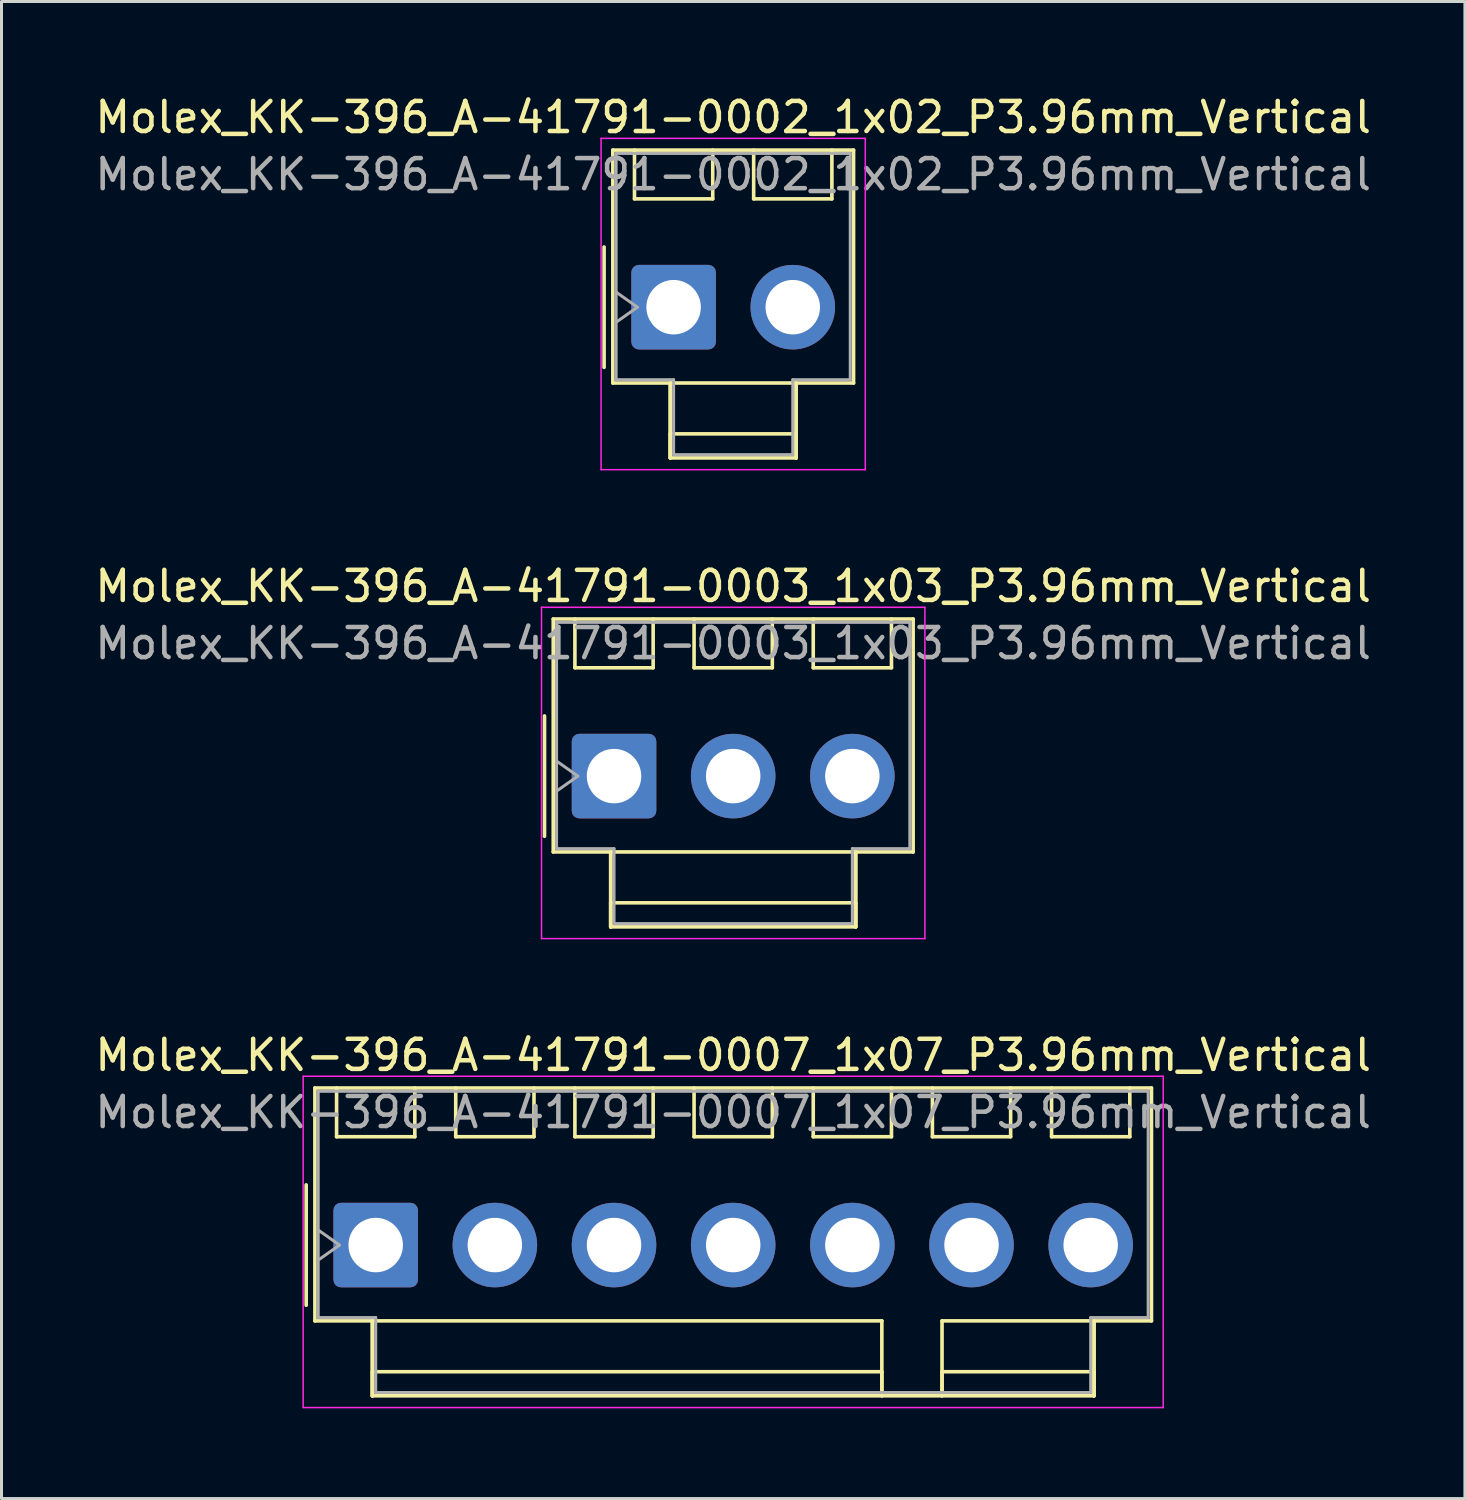
<source format=kicad_pcb>
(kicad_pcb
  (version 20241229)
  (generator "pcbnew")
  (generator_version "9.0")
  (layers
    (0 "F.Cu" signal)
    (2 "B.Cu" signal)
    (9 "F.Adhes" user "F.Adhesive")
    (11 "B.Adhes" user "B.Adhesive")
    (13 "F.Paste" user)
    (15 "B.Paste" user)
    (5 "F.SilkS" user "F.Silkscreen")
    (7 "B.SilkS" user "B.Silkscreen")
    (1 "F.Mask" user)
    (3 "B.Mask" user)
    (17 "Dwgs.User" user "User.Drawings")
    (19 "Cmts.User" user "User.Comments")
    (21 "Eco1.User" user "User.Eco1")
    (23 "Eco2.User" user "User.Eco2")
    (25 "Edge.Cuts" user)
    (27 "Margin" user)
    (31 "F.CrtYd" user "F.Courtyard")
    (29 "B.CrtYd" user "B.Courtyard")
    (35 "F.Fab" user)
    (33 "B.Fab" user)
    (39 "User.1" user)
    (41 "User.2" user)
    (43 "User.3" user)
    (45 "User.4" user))
  (footprint "Molex_KK-396_A-41791-0007_1x07_P3.96mm_Vertical"
    (layer "F.Cu")
    (at 9.435 38.325)
    (property "Reference" "Molex_KK-396_A-41791-0007_1x07_P3.96mm_Vertical" (at 11.88 -6.31 0) (layer "F.SilkS") (effects (font (size 1 1) (thickness 0.15))))
    (attr through_hole)
    (fp_line (start -2.31 -2) (end -2.31 2) (stroke (width 0.12) (type solid)) (layer "F.SilkS"))
    (fp_line (start -2.02 -5.22) (end 25.78 -5.22) (stroke (width 0.12) (type solid)) (layer "F.SilkS"))
    (fp_line (start -2.02 2.52) (end -2.02 -5.22) (stroke (width 0.12) (type solid)) (layer "F.SilkS"))
    (fp_line (start -1.3 -5.22) (end -1.3 -3.6) (stroke (width 0.12) (type solid)) (layer "F.SilkS"))
    (fp_line (start -1.3 -3.6) (end 1.3 -3.6) (stroke (width 0.12) (type solid)) (layer "F.SilkS"))
    (fp_line (start -0.11 2.52) (end -2.02 2.52) (stroke (width 0.12) (type solid)) (layer "F.SilkS"))
    (fp_line (start -0.11 2.52) (end 16.82 2.52) (stroke (width 0.12) (type solid)) (layer "F.SilkS"))
    (fp_line (start -0.11 4.21) (end 16.82 4.21) (stroke (width 0.12) (type solid)) (layer "F.SilkS"))
    (fp_line (start -0.11 5.01) (end -0.11 2.52) (stroke (width 0.12) (type solid)) (layer "F.SilkS"))
    (fp_line (start -0.11 5.01) (end -0.11 2.52) (stroke (width 0.12) (type solid)) (layer "F.SilkS"))
    (fp_line (start -0.11 5.01) (end -0.11 4.21) (stroke (width 0.12) (type solid)) (layer "F.SilkS"))
    (fp_line (start 1.3 -3.6) (end 1.3 -5.22) (stroke (width 0.12) (type solid)) (layer "F.SilkS"))
    (fp_line (start 2.66 -5.22) (end 2.66 -3.6) (stroke (width 0.12) (type solid)) (layer "F.SilkS"))
    (fp_line (start 2.66 -3.6) (end 5.26 -3.6) (stroke (width 0.12) (type solid)) (layer "F.SilkS"))
    (fp_line (start 5.26 -3.6) (end 5.26 -5.22) (stroke (width 0.12) (type solid)) (layer "F.SilkS"))
    (fp_line (start 6.62 -5.22) (end 6.62 -3.6) (stroke (width 0.12) (type solid)) (layer "F.SilkS"))
    (fp_line (start 6.62 -3.6) (end 9.22 -3.6) (stroke (width 0.12) (type solid)) (layer "F.SilkS"))
    (fp_line (start 9.22 -3.6) (end 9.22 -5.22) (stroke (width 0.12) (type solid)) (layer "F.SilkS"))
    (fp_line (start 10.58 -5.22) (end 10.58 -3.6) (stroke (width 0.12) (type solid)) (layer "F.SilkS"))
    (fp_line (start 10.58 -3.6) (end 13.18 -3.6) (stroke (width 0.12) (type solid)) (layer "F.SilkS"))
    (fp_line (start 13.18 -3.6) (end 13.18 -5.22) (stroke (width 0.12) (type solid)) (layer "F.SilkS"))
    (fp_line (start 14.54 -5.22) (end 14.54 -3.6) (stroke (width 0.12) (type solid)) (layer "F.SilkS"))
    (fp_line (start 14.54 -3.6) (end 17.14 -3.6) (stroke (width 0.12) (type solid)) (layer "F.SilkS"))
    (fp_line (start 16.82 2.52) (end 16.82 5.01) (stroke (width 0.12) (type solid)) (layer "F.SilkS"))
    (fp_line (start 16.82 4.21) (end 16.82 5.01) (stroke (width 0.12) (type solid)) (layer "F.SilkS"))
    (fp_line (start 17.14 -3.6) (end 17.14 -5.22) (stroke (width 0.12) (type solid)) (layer "F.SilkS"))
    (fp_line (start 18.5 -5.22) (end 18.5 -3.6) (stroke (width 0.12) (type solid)) (layer "F.SilkS"))
    (fp_line (start 18.5 -3.6) (end 21.1 -3.6) (stroke (width 0.12) (type solid)) (layer "F.SilkS"))
    (fp_line (start 18.82 2.52) (end 18.82 5.01) (stroke (width 0.12) (type solid)) (layer "F.SilkS"))
    (fp_line (start 18.82 4.21) (end 18.82 5.01) (stroke (width 0.12) (type solid)) (layer "F.SilkS"))
    (fp_line (start 21.1 -3.6) (end 21.1 -5.22) (stroke (width 0.12) (type solid)) (layer "F.SilkS"))
    (fp_line (start 22.46 -5.22) (end 22.46 -3.6) (stroke (width 0.12) (type solid)) (layer "F.SilkS"))
    (fp_line (start 22.46 -3.6) (end 25.06 -3.6) (stroke (width 0.12) (type solid)) (layer "F.SilkS"))
    (fp_line (start 23.87 2.52) (end 18.82 2.52) (stroke (width 0.12) (type solid)) (layer "F.SilkS"))
    (fp_line (start 23.87 2.52) (end 23.87 5.01) (stroke (width 0.12) (type solid)) (layer "F.SilkS"))
    (fp_line (start 23.87 4.21) (end 18.82 4.21) (stroke (width 0.12) (type solid)) (layer "F.SilkS"))
    (fp_line (start 23.87 5.01) (end -0.11 5.01) (stroke (width 0.12) (type solid)) (layer "F.SilkS"))
    (fp_line (start 23.87 5.01) (end 23.87 2.52) (stroke (width 0.12) (type solid)) (layer "F.SilkS"))
    (fp_line (start 23.87 5.01) (end 23.87 4.21) (stroke (width 0.12) (type solid)) (layer "F.SilkS"))
    (fp_line (start 25.06 -3.6) (end 25.06 -5.22) (stroke (width 0.12) (type solid)) (layer "F.SilkS"))
    (fp_line (start 25.78 -5.22) (end 25.78 2.52) (stroke (width 0.12) (type solid)) (layer "F.SilkS"))
    (fp_line (start 25.78 2.52) (end 23.87 2.52) (stroke (width 0.12) (type solid)) (layer "F.SilkS"))
    (fp_line (start -2.41 -5.61) (end -2.41 5.4) (stroke (width 0.05) (type solid)) (layer "F.CrtYd"))
    (fp_line (start -2.41 5.4) (end 26.17 5.4) (stroke (width 0.05) (type solid)) (layer "F.CrtYd"))
    (fp_line (start 26.17 -5.61) (end -2.41 -5.61) (stroke (width 0.05) (type solid)) (layer "F.CrtYd"))
    (fp_line (start 26.17 5.4) (end 26.17 -5.61) (stroke (width 0.05) (type solid)) (layer "F.CrtYd"))
    (fp_line (start -1.91 -5.11) (end 25.67 -5.11) (stroke (width 0.1) (type solid)) (layer "F.Fab"))
    (fp_line (start -1.91 -0.5) (end -1.203 0) (stroke (width 0.1) (type solid)) (layer "F.Fab"))
    (fp_line (start -1.91 2.41) (end -1.91 -5.11) (stroke (width 0.1) (type solid)) (layer "F.Fab"))
    (fp_line (start -1.203 0) (end -1.91 0.5) (stroke (width 0.1) (type solid)) (layer "F.Fab"))
    (fp_line (start 0 2.41) (end -1.91 2.41) (stroke (width 0.1) (type solid)) (layer "F.Fab"))
    (fp_line (start 0 4.9) (end 0 2.41) (stroke (width 0.1) (type solid)) (layer "F.Fab"))
    (fp_line (start 23.76 2.41) (end 23.76 4.9) (stroke (width 0.1) (type solid)) (layer "F.Fab"))
    (fp_line (start 23.76 4.9) (end 0 4.9) (stroke (width 0.1) (type solid)) (layer "F.Fab"))
    (fp_line (start 25.67 -5.11) (end 25.67 2.41) (stroke (width 0.1) (type solid)) (layer "F.Fab"))
    (fp_line (start 25.67 2.41) (end 23.76 2.41) (stroke (width 0.1) (type solid)) (layer "F.Fab"))
    (fp_text user "${REFERENCE}" (at 11.88 -4.41 0) (layer "F.Fab") (effects (font (size 1 1) (thickness 0.15))))
    (pad "1" thru_hole roundrect (at 0 0) (size 2.81 2.81) (drill 1.81) (layers "*.Cu" "*.Mask") (roundrect_rratio 0.089))
    (pad "2" thru_hole circle (at 3.96 0) (size 2.81 2.81) (drill 1.81) (layers "*.Cu" "*.Mask"))
    (pad "3" thru_hole circle (at 7.92 0) (size 2.81 2.81) (drill 1.81) (layers "*.Cu" "*.Mask"))
    (pad "4" thru_hole circle (at 11.88 0) (size 2.81 2.81) (drill 1.81) (layers "*.Cu" "*.Mask"))
    (pad "5" thru_hole circle (at 15.84 0) (size 2.81 2.81) (drill 1.81) (layers "*.Cu" "*.Mask"))
    (pad "6" thru_hole circle (at 19.8 0) (size 2.81 2.81) (drill 1.81) (layers "*.Cu" "*.Mask"))
    (pad "7" thru_hole circle (at 23.76 0) (size 2.81 2.81) (drill 1.81) (layers "*.Cu" "*.Mask")))
  (footprint "Molex_KK-396_A-41791-0003_1x03_P3.96mm_Vertical"
    (layer "F.Cu")
    (at 17.355 22.741)
    (property "Reference" "Molex_KK-396_A-41791-0003_1x03_P3.96mm_Vertical" (at 3.96 -6.31 0) (layer "F.SilkS") (effects (font (size 1 1) (thickness 0.15))))
    (attr through_hole)
    (fp_line (start -2.31 -2) (end -2.31 2) (stroke (width 0.12) (type solid)) (layer "F.SilkS"))
    (fp_line (start -2.02 -5.22) (end 9.94 -5.22) (stroke (width 0.12) (type solid)) (layer "F.SilkS"))
    (fp_line (start -2.02 2.52) (end -2.02 -5.22) (stroke (width 0.12) (type solid)) (layer "F.SilkS"))
    (fp_line (start -1.3 -5.22) (end -1.3 -3.6) (stroke (width 0.12) (type solid)) (layer "F.SilkS"))
    (fp_line (start -1.3 -3.6) (end 1.3 -3.6) (stroke (width 0.12) (type solid)) (layer "F.SilkS"))
    (fp_line (start -0.11 2.52) (end -2.02 2.52) (stroke (width 0.12) (type solid)) (layer "F.SilkS"))
    (fp_line (start -0.11 2.52) (end 8.03 2.52) (stroke (width 0.12) (type solid)) (layer "F.SilkS"))
    (fp_line (start -0.11 4.21) (end 8.03 4.21) (stroke (width 0.12) (type solid)) (layer "F.SilkS"))
    (fp_line (start -0.11 5.01) (end -0.11 2.52) (stroke (width 0.12) (type solid)) (layer "F.SilkS"))
    (fp_line (start -0.11 5.01) (end -0.11 2.52) (stroke (width 0.12) (type solid)) (layer "F.SilkS"))
    (fp_line (start -0.11 5.01) (end -0.11 4.21) (stroke (width 0.12) (type solid)) (layer "F.SilkS"))
    (fp_line (start 1.3 -3.6) (end 1.3 -5.22) (stroke (width 0.12) (type solid)) (layer "F.SilkS"))
    (fp_line (start 2.66 -5.22) (end 2.66 -3.6) (stroke (width 0.12) (type solid)) (layer "F.SilkS"))
    (fp_line (start 2.66 -3.6) (end 5.26 -3.6) (stroke (width 0.12) (type solid)) (layer "F.SilkS"))
    (fp_line (start 5.26 -3.6) (end 5.26 -5.22) (stroke (width 0.12) (type solid)) (layer "F.SilkS"))
    (fp_line (start 6.62 -5.22) (end 6.62 -3.6) (stroke (width 0.12) (type solid)) (layer "F.SilkS"))
    (fp_line (start 6.62 -3.6) (end 9.22 -3.6) (stroke (width 0.12) (type solid)) (layer "F.SilkS"))
    (fp_line (start 8.03 2.52) (end 8.03 5.01) (stroke (width 0.12) (type solid)) (layer "F.SilkS"))
    (fp_line (start 8.03 2.52) (end 8.03 5.01) (stroke (width 0.12) (type solid)) (layer "F.SilkS"))
    (fp_line (start 8.03 4.21) (end 8.03 5.01) (stroke (width 0.12) (type solid)) (layer "F.SilkS"))
    (fp_line (start 8.03 5.01) (end -0.11 5.01) (stroke (width 0.12) (type solid)) (layer "F.SilkS"))
    (fp_line (start 9.22 -3.6) (end 9.22 -5.22) (stroke (width 0.12) (type solid)) (layer "F.SilkS"))
    (fp_line (start 9.94 -5.22) (end 9.94 2.52) (stroke (width 0.12) (type solid)) (layer "F.SilkS"))
    (fp_line (start 9.94 2.52) (end 8.03 2.52) (stroke (width 0.12) (type solid)) (layer "F.SilkS"))
    (fp_line (start -2.41 -5.61) (end -2.41 5.4) (stroke (width 0.05) (type solid)) (layer "F.CrtYd"))
    (fp_line (start -2.41 5.4) (end 10.33 5.4) (stroke (width 0.05) (type solid)) (layer "F.CrtYd"))
    (fp_line (start 10.33 -5.61) (end -2.41 -5.61) (stroke (width 0.05) (type solid)) (layer "F.CrtYd"))
    (fp_line (start 10.33 5.4) (end 10.33 -5.61) (stroke (width 0.05) (type solid)) (layer "F.CrtYd"))
    (fp_line (start -1.91 -5.11) (end 9.83 -5.11) (stroke (width 0.1) (type solid)) (layer "F.Fab"))
    (fp_line (start -1.91 -0.5) (end -1.203 0) (stroke (width 0.1) (type solid)) (layer "F.Fab"))
    (fp_line (start -1.91 2.41) (end -1.91 -5.11) (stroke (width 0.1) (type solid)) (layer "F.Fab"))
    (fp_line (start -1.203 0) (end -1.91 0.5) (stroke (width 0.1) (type solid)) (layer "F.Fab"))
    (fp_line (start 0 2.41) (end -1.91 2.41) (stroke (width 0.1) (type solid)) (layer "F.Fab"))
    (fp_line (start 0 4.9) (end 0 2.41) (stroke (width 0.1) (type solid)) (layer "F.Fab"))
    (fp_line (start 7.92 2.41) (end 7.92 4.9) (stroke (width 0.1) (type solid)) (layer "F.Fab"))
    (fp_line (start 7.92 4.9) (end 0 4.9) (stroke (width 0.1) (type solid)) (layer "F.Fab"))
    (fp_line (start 9.83 -5.11) (end 9.83 2.41) (stroke (width 0.1) (type solid)) (layer "F.Fab"))
    (fp_line (start 9.83 2.41) (end 7.92 2.41) (stroke (width 0.1) (type solid)) (layer "F.Fab"))
    (fp_text user "${REFERENCE}" (at 3.96 -4.41 0) (layer "F.Fab") (effects (font (size 1 1) (thickness 0.15))))
    (pad "1" thru_hole roundrect (at 0 0) (size 2.81 2.81) (drill 1.81) (layers "*.Cu" "*.Mask") (roundrect_rratio 0.089))
    (pad "2" thru_hole circle (at 3.96 0) (size 2.81 2.81) (drill 1.81) (layers "*.Cu" "*.Mask"))
    (pad "3" thru_hole circle (at 7.92 0) (size 2.81 2.81) (drill 1.81) (layers "*.Cu" "*.Mask")))
  (footprint "Molex_KK-396_A-41791-0002_1x02_P3.96mm_Vertical"
    (layer "F.Cu")
    (at 19.335 7.158)
    (property "Reference" "Molex_KK-396_A-41791-0002_1x02_P3.96mm_Vertical" (at 1.98 -6.31 0) (layer "F.SilkS") (effects (font (size 1 1) (thickness 0.15))))
    (attr through_hole)
    (fp_line (start -2.31 -2) (end -2.31 2) (stroke (width 0.12) (type solid)) (layer "F.SilkS"))
    (fp_line (start -2.02 -5.22) (end 5.98 -5.22) (stroke (width 0.12) (type solid)) (layer "F.SilkS"))
    (fp_line (start -2.02 2.52) (end -2.02 -5.22) (stroke (width 0.12) (type solid)) (layer "F.SilkS"))
    (fp_line (start -1.3 -5.22) (end -1.3 -3.6) (stroke (width 0.12) (type solid)) (layer "F.SilkS"))
    (fp_line (start -1.3 -3.6) (end 1.3 -3.6) (stroke (width 0.12) (type solid)) (layer "F.SilkS"))
    (fp_line (start -0.11 2.52) (end -2.02 2.52) (stroke (width 0.12) (type solid)) (layer "F.SilkS"))
    (fp_line (start -0.11 2.52) (end 4.07 2.52) (stroke (width 0.12) (type solid)) (layer "F.SilkS"))
    (fp_line (start -0.11 4.21) (end 4.07 4.21) (stroke (width 0.12) (type solid)) (layer "F.SilkS"))
    (fp_line (start -0.11 5.01) (end -0.11 2.52) (stroke (width 0.12) (type solid)) (layer "F.SilkS"))
    (fp_line (start -0.11 5.01) (end -0.11 2.52) (stroke (width 0.12) (type solid)) (layer "F.SilkS"))
    (fp_line (start -0.11 5.01) (end -0.11 4.21) (stroke (width 0.12) (type solid)) (layer "F.SilkS"))
    (fp_line (start 1.3 -3.6) (end 1.3 -5.22) (stroke (width 0.12) (type solid)) (layer "F.SilkS"))
    (fp_line (start 2.66 -5.22) (end 2.66 -3.6) (stroke (width 0.12) (type solid)) (layer "F.SilkS"))
    (fp_line (start 2.66 -3.6) (end 5.26 -3.6) (stroke (width 0.12) (type solid)) (layer "F.SilkS"))
    (fp_line (start 4.07 2.52) (end 4.07 5.01) (stroke (width 0.12) (type solid)) (layer "F.SilkS"))
    (fp_line (start 4.07 2.52) (end 4.07 5.01) (stroke (width 0.12) (type solid)) (layer "F.SilkS"))
    (fp_line (start 4.07 4.21) (end 4.07 5.01) (stroke (width 0.12) (type solid)) (layer "F.SilkS"))
    (fp_line (start 4.07 5.01) (end -0.11 5.01) (stroke (width 0.12) (type solid)) (layer "F.SilkS"))
    (fp_line (start 5.26 -3.6) (end 5.26 -5.22) (stroke (width 0.12) (type solid)) (layer "F.SilkS"))
    (fp_line (start 5.98 -5.22) (end 5.98 2.52) (stroke (width 0.12) (type solid)) (layer "F.SilkS"))
    (fp_line (start 5.98 2.52) (end 4.07 2.52) (stroke (width 0.12) (type solid)) (layer "F.SilkS"))
    (fp_line (start -2.41 -5.61) (end -2.41 5.4) (stroke (width 0.05) (type solid)) (layer "F.CrtYd"))
    (fp_line (start -2.41 5.4) (end 6.37 5.4) (stroke (width 0.05) (type solid)) (layer "F.CrtYd"))
    (fp_line (start 6.37 -5.61) (end -2.41 -5.61) (stroke (width 0.05) (type solid)) (layer "F.CrtYd"))
    (fp_line (start 6.37 5.4) (end 6.37 -5.61) (stroke (width 0.05) (type solid)) (layer "F.CrtYd"))
    (fp_line (start -1.91 -5.11) (end 5.87 -5.11) (stroke (width 0.1) (type solid)) (layer "F.Fab"))
    (fp_line (start -1.91 -0.5) (end -1.203 0) (stroke (width 0.1) (type solid)) (layer "F.Fab"))
    (fp_line (start -1.91 2.41) (end -1.91 -5.11) (stroke (width 0.1) (type solid)) (layer "F.Fab"))
    (fp_line (start -1.203 0) (end -1.91 0.5) (stroke (width 0.1) (type solid)) (layer "F.Fab"))
    (fp_line (start 0 2.41) (end -1.91 2.41) (stroke (width 0.1) (type solid)) (layer "F.Fab"))
    (fp_line (start 0 4.9) (end 0 2.41) (stroke (width 0.1) (type solid)) (layer "F.Fab"))
    (fp_line (start 3.96 2.41) (end 3.96 4.9) (stroke (width 0.1) (type solid)) (layer "F.Fab"))
    (fp_line (start 3.96 4.9) (end 0 4.9) (stroke (width 0.1) (type solid)) (layer "F.Fab"))
    (fp_line (start 5.87 -5.11) (end 5.87 2.41) (stroke (width 0.1) (type solid)) (layer "F.Fab"))
    (fp_line (start 5.87 2.41) (end 3.96 2.41) (stroke (width 0.1) (type solid)) (layer "F.Fab"))
    (fp_text user "${REFERENCE}" (at 1.98 -4.41 0) (layer "F.Fab") (effects (font (size 1 1) (thickness 0.15))))
    (pad "1" thru_hole roundrect (at 0 0) (size 2.81 2.81) (drill 1.81) (layers "*.Cu" "*.Mask") (roundrect_rratio 0.089))
    (pad "2" thru_hole circle (at 3.96 0) (size 2.81 2.81) (drill 1.81) (layers "*.Cu" "*.Mask")))
  (gr_rect
    (start -3 -3)
    (end 45.631 46.75)
    (stroke (width 0.1) (type default))
    (fill no)
    (layer "Edge.Cuts")))
</source>
